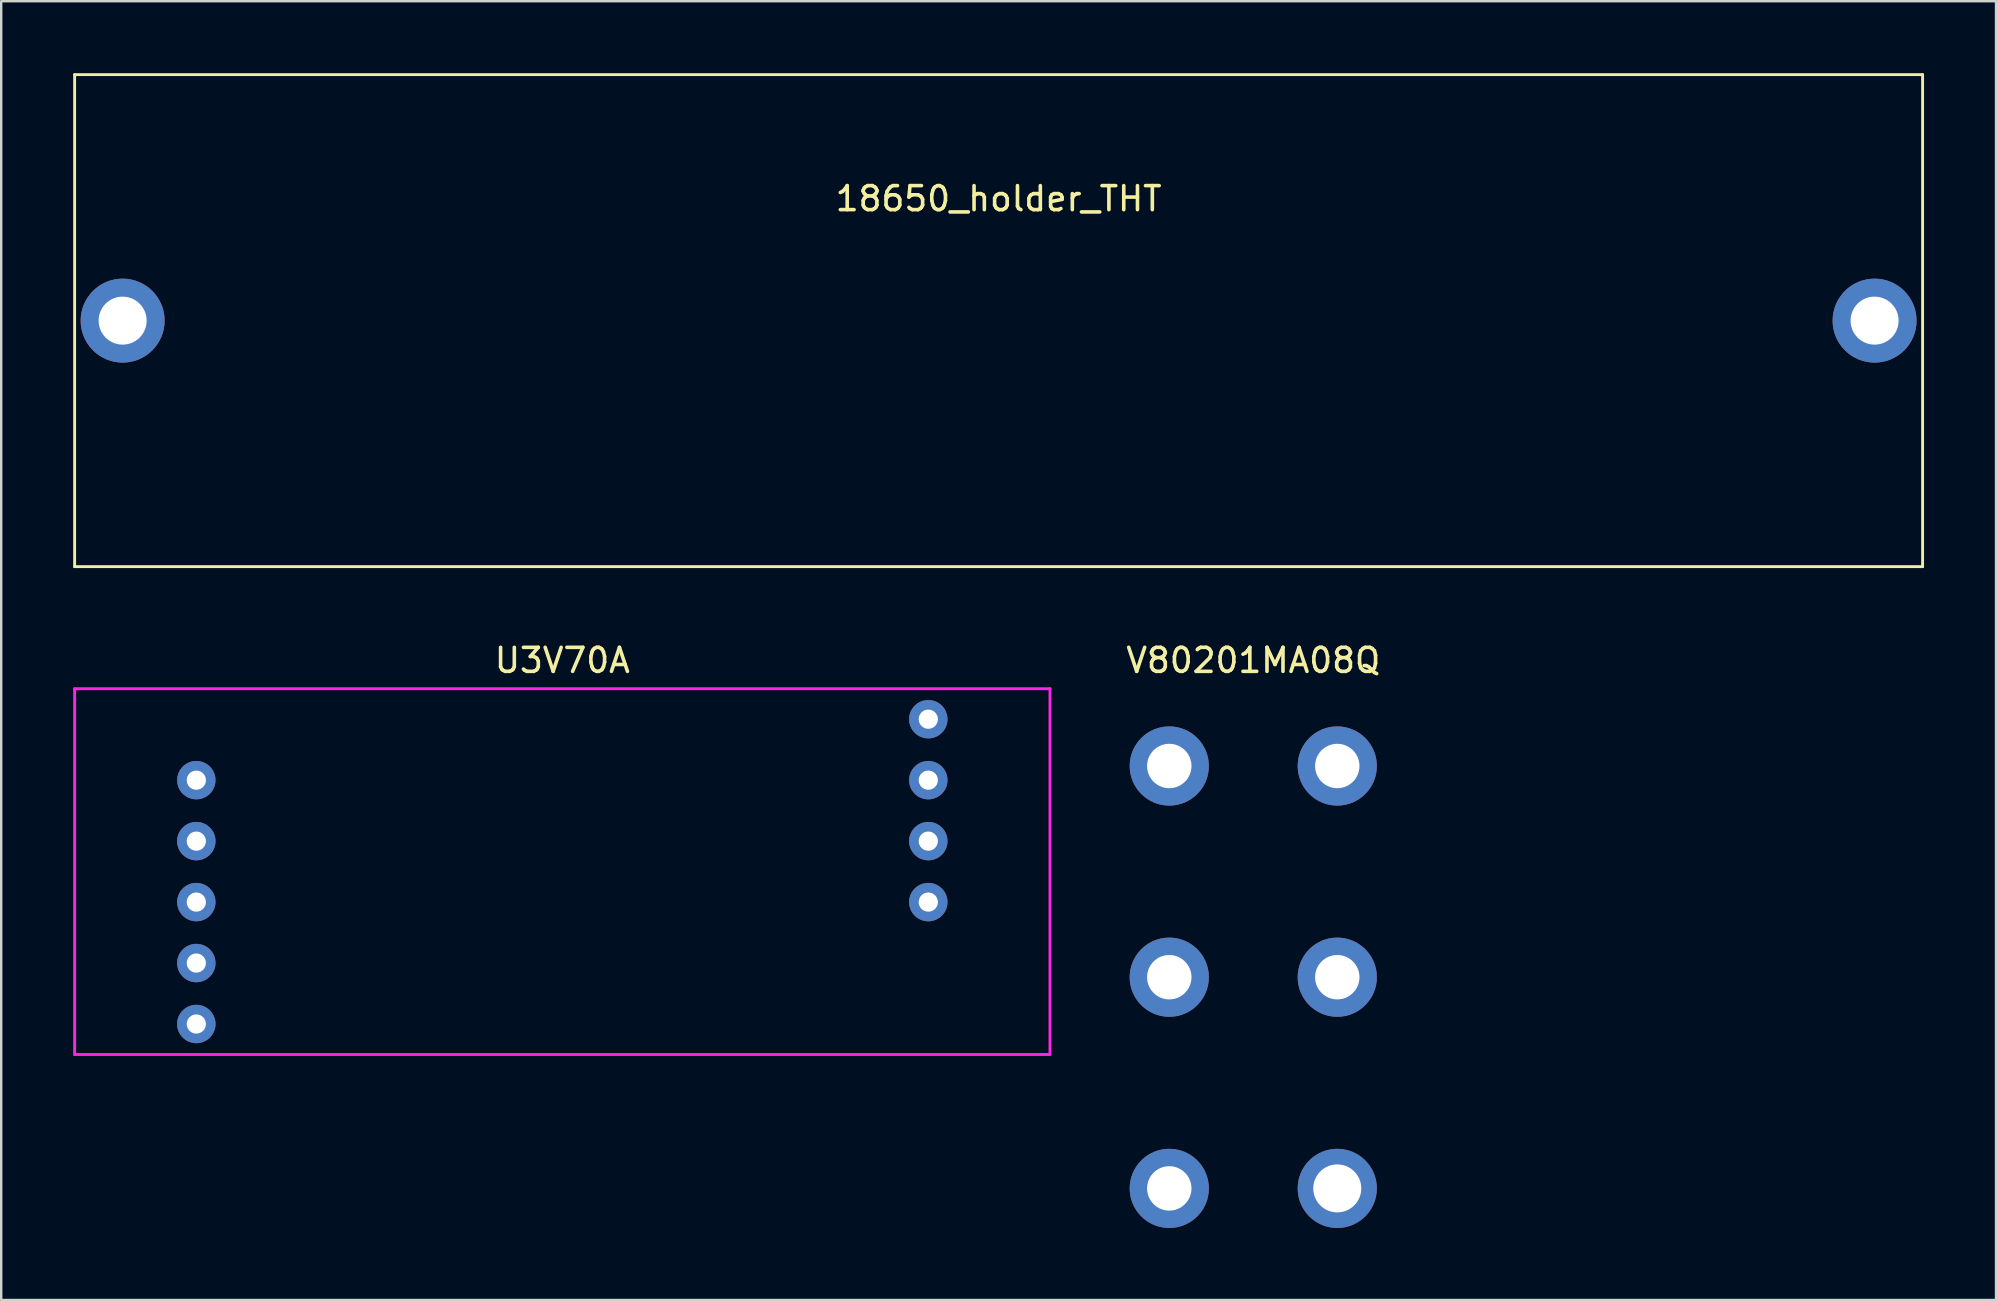
<source format=kicad_pcb>
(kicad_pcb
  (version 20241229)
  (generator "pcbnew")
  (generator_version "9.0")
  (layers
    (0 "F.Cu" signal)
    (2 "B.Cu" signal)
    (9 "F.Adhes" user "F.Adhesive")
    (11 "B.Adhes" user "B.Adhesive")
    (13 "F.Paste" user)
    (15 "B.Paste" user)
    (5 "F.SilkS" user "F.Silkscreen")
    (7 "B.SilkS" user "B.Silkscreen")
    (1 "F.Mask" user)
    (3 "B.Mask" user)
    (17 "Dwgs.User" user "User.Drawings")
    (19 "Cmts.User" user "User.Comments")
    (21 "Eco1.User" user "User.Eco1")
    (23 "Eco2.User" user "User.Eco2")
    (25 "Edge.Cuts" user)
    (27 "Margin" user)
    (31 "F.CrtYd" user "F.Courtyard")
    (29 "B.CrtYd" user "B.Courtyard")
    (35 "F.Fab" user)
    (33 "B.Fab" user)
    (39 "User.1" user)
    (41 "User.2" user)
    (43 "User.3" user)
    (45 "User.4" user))
  (footprint "18650_holder_THT"
    (layer "F.Cu")
    (at 38.56 10.31)
    (property "Reference" "18650_holder_THT" (at 0 -5.08 0) (layer "F.SilkS") (effects (font (size 1 1) (thickness 0.15))))
    (attr through_hole)
    (fp_line (start -38.5 -10.25) (end -38.5 10.25) (stroke (width 0.12) (type solid)) (layer "F.SilkS"))
    (fp_line (start -38.5 10.25) (end 38.5 10.25) (stroke (width 0.12) (type solid)) (layer "F.SilkS"))
    (fp_line (start 38.5 -10.25) (end -38.5 -10.25) (stroke (width 0.12) (type solid)) (layer "F.SilkS"))
    (fp_line (start 38.5 -10.25) (end 38.5 10.25) (stroke (width 0.12) (type solid)) (layer "F.SilkS"))
    (pad "1" thru_hole circle (at 36.5 0) (size 3.5 3.5) (drill 2) (layers "*.Cu" "*.Mask"))
    (pad "2" thru_hole circle (at -36.5 0) (size 3.5 3.5) (drill 2) (layers "*.Cu" "*.Mask")))
  (footprint "U3V70A"
    (layer "F.Cu")
    (at 20.38 33.268)
    (property "Reference" "U3V70A" (at 0 -8.8 0) (layer "F.SilkS") (effects (font (size 1 1) (thickness 0.15))))
    (attr through_hole)
    (fp_line (start -20.32 -7.62) (end 20.32 -7.62) (stroke (width 0.12) (type solid)) (layer "F.CrtYd"))
    (fp_line (start -20.32 7.62) (end -20.32 -7.62) (stroke (width 0.12) (type solid)) (layer "F.CrtYd"))
    (fp_line (start 20.32 -7.62) (end 20.32 7.62) (stroke (width 0.12) (type solid)) (layer "F.CrtYd"))
    (fp_line (start 20.32 7.62) (end -20.32 7.62) (stroke (width 0.12) (type solid)) (layer "F.CrtYd"))
    (pad "1" thru_hole circle (at -15.25 -3.81) (size 1.6 1.6) (drill 0.8) (layers "*.Cu" "*.Mask"))
    (pad "2" thru_hole circle (at -15.25 -1.27) (size 1.6 1.6) (drill 0.8) (layers "*.Cu" "*.Mask"))
    (pad "3" thru_hole circle (at -15.25 1.27) (size 1.6 1.6) (drill 0.8) (layers "*.Cu" "*.Mask"))
    (pad "4" thru_hole circle (at -15.25 3.81) (size 1.6 1.6) (drill 0.8) (layers "*.Cu" "*.Mask"))
    (pad "5" thru_hole circle (at -15.25 6.35) (size 1.6 1.6) (drill 0.8) (layers "*.Cu" "*.Mask"))
    (pad "6" thru_hole circle (at 15.25 -6.35) (size 1.6 1.6) (drill 0.8) (layers "*.Cu" "*.Mask"))
    (pad "7" thru_hole circle (at 15.25 -3.81) (size 1.6 1.6) (drill 0.8) (layers "*.Cu" "*.Mask"))
    (pad "8" thru_hole circle (at 15.25 -1.27) (size 1.6 1.6) (drill 0.8) (layers "*.Cu" "*.Mask"))
    (pad "9" thru_hole circle (at 15.25 1.27) (size 1.6 1.6) (drill 0.8) (layers "*.Cu" "*.Mask")))
  (footprint "V80201MA08Q"
    (layer "F.Cu")
    (at 49.171 37.668)
    (property "Reference" "V80201MA08Q" (at 0 -13.2 0) (layer "F.SilkS") (effects (font (size 1 1) (thickness 0.15))))
    (attr through_hole)
    (pad "1" thru_hole circle (at -3.5 -8.8) (size 3.3 3.3) (drill 1.85) (layers "*.Cu" "*.Mask"))
    (pad "2" thru_hole circle (at -3.5 0) (size 3.3 3.3) (drill 1.85) (layers "*.Cu" "*.Mask"))
    (pad "3" thru_hole circle (at -3.5 8.8) (size 3.3 3.3) (drill 1.85) (layers "*.Cu" "*.Mask"))
    (pad "4" thru_hole circle (at 3.5 -8.8) (size 3.3 3.3) (drill 1.85) (layers "*.Cu" "*.Mask"))
    (pad "5" thru_hole circle (at 3.5 0) (size 3.3 3.3) (drill 1.85) (layers "*.Cu" "*.Mask"))
    (pad "6" thru_hole circle (at 3.5 8.8) (size 3.3 3.3) (drill 2) (layers "*.Cu" "*.Mask")))
  (gr_rect
    (start -3 -3)
    (end 80.12 51.118)
    (stroke (width 0.1) (type default))
    (fill no)
    (layer "Edge.Cuts")))
</source>
